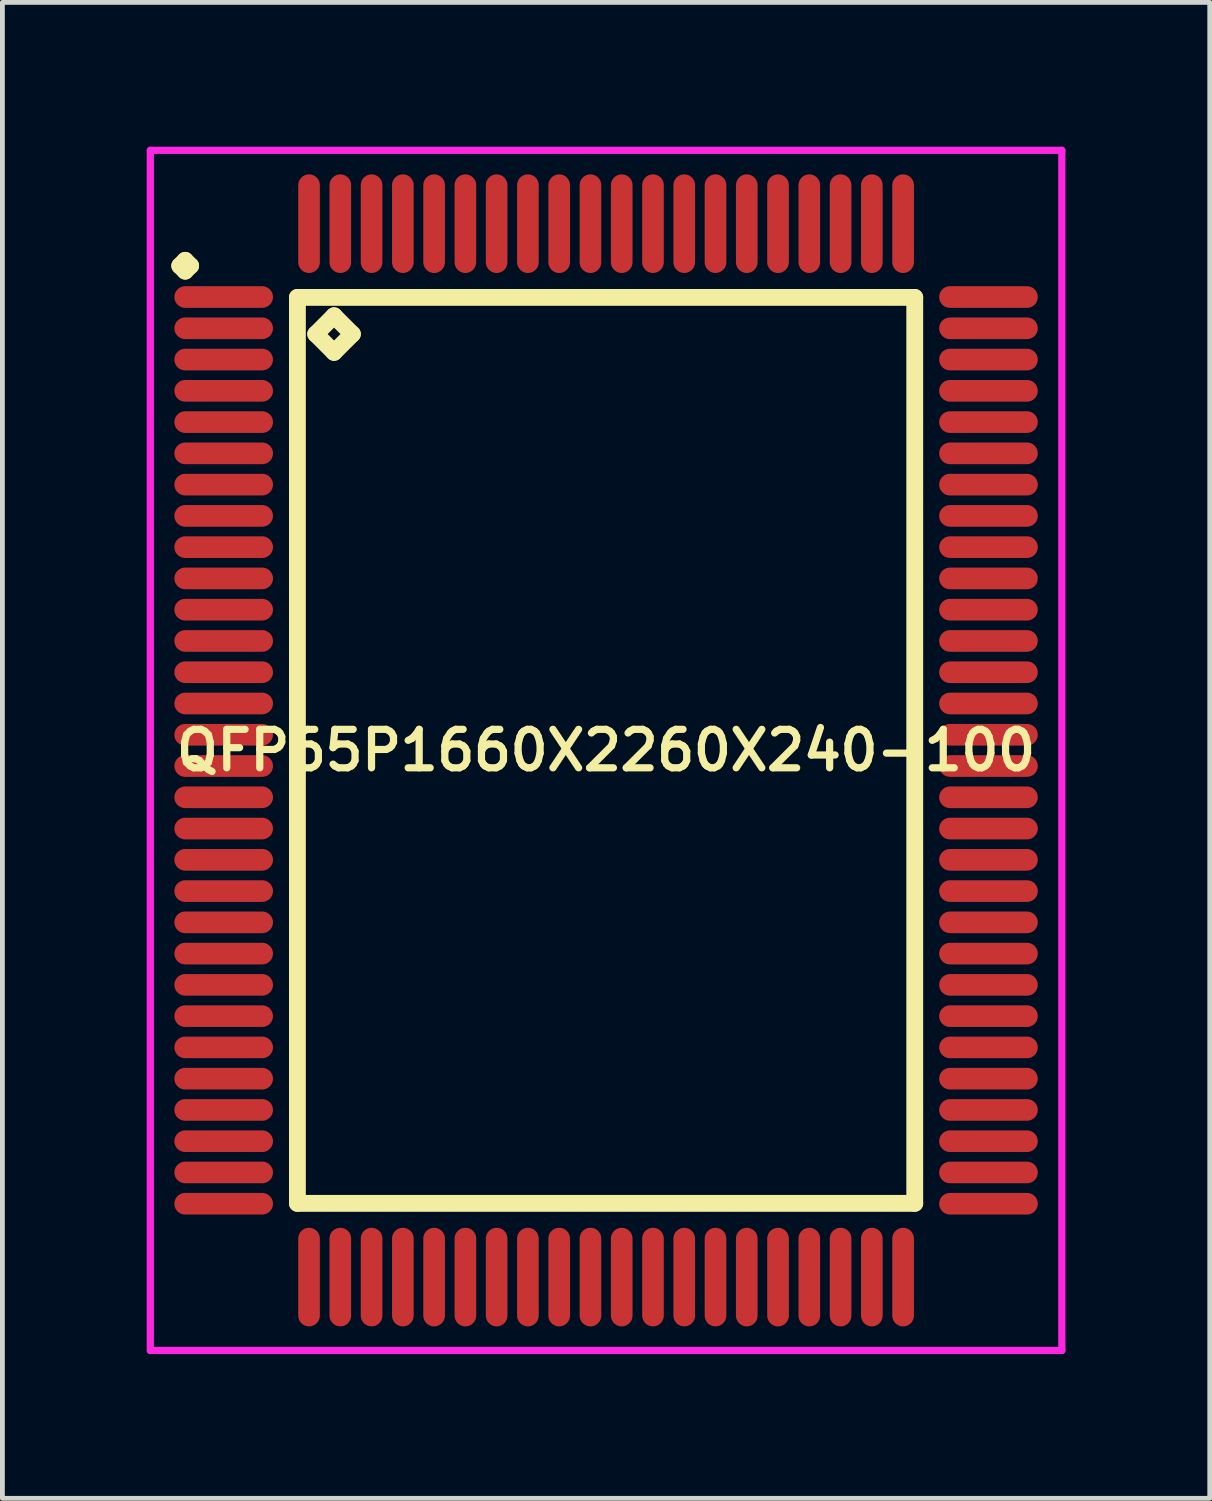
<source format=kicad_pcb>
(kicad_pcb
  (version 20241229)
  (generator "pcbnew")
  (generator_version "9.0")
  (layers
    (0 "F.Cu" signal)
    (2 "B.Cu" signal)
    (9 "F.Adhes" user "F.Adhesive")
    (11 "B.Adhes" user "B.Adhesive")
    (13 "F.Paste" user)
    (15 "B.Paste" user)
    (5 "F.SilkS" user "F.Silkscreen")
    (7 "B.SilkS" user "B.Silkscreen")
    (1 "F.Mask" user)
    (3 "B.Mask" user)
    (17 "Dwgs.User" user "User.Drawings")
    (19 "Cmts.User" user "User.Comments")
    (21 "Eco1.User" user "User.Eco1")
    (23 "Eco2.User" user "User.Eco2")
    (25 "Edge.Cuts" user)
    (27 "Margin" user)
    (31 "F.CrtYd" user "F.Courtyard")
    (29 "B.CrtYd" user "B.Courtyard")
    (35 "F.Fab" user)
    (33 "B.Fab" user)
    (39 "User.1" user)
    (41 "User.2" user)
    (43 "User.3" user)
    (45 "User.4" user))
  (footprint "QFP65P1660X2260X240-100"
    (layer "F.Cu")
    (at 9.55 12.55)
    (property "Reference" "QFP65P1660X2260X240-100" (at 0 0 0) (layer "F.SilkS") (effects (font (size 0.8 0.8) (thickness 0.15))))
    (attr through_hole)
    (fp_line (start -8.863 -10.075) (end -8.75 -10.188) (stroke (width 0.35) (type solid)) (layer "F.SilkS"))
    (fp_line (start -8.75 -10.188) (end -8.637 -10.075) (stroke (width 0.35) (type solid)) (layer "F.SilkS"))
    (fp_line (start -8.75 -9.963) (end -8.863 -10.075) (stroke (width 0.35) (type solid)) (layer "F.SilkS"))
    (fp_line (start -8.637 -10.075) (end -8.75 -9.963) (stroke (width 0.35) (type solid)) (layer "F.SilkS"))
    (fp_line (start -6.417 -9.417) (end -6.417 9.417) (stroke (width 0.35) (type solid)) (layer "F.SilkS"))
    (fp_line (start -6.417 9.417) (end 6.417 9.417) (stroke (width 0.35) (type solid)) (layer "F.SilkS"))
    (fp_line (start -6.036 -8.655) (end -5.655 -9.036) (stroke (width 0.35) (type solid)) (layer "F.SilkS"))
    (fp_line (start -5.655 -9.036) (end -5.274 -8.655) (stroke (width 0.35) (type solid)) (layer "F.SilkS"))
    (fp_line (start -5.655 -8.274) (end -6.036 -8.655) (stroke (width 0.35) (type solid)) (layer "F.SilkS"))
    (fp_line (start -5.274 -8.655) (end -5.655 -8.274) (stroke (width 0.35) (type solid)) (layer "F.SilkS"))
    (fp_line (start 6.417 -9.417) (end -6.417 -9.417) (stroke (width 0.35) (type solid)) (layer "F.SilkS"))
    (fp_line (start 6.417 9.417) (end 6.417 -9.417) (stroke (width 0.35) (type solid)) (layer "F.SilkS"))
    (fp_line (start -9.475 -12.475) (end 9.475 -12.475) (stroke (width 0.15) (type solid)) (layer "F.CrtYd"))
    (fp_line (start -9.475 12.475) (end -9.475 -12.475) (stroke (width 0.15) (type solid)) (layer "F.CrtYd"))
    (fp_line (start 9.475 -12.475) (end 9.475 12.475) (stroke (width 0.15) (type solid)) (layer "F.CrtYd"))
    (fp_line (start 9.475 12.475) (end -9.475 12.475) (stroke (width 0.15) (type solid)) (layer "F.CrtYd"))
    (pad "1" smd oval (at -7.95 -9.425) (size 2.05 0.45) (layers "F.Cu" "F.Mask" "F.Paste"))
    (pad "2" smd oval (at -7.95 -8.775) (size 2.05 0.45) (layers "F.Cu" "F.Mask" "F.Paste"))
    (pad "3" smd oval (at -7.95 -8.125) (size 2.05 0.45) (layers "F.Cu" "F.Mask" "F.Paste"))
    (pad "4" smd oval (at -7.95 -7.475) (size 2.05 0.45) (layers "F.Cu" "F.Mask" "F.Paste"))
    (pad "5" smd oval (at -7.95 -6.825) (size 2.05 0.45) (layers "F.Cu" "F.Mask" "F.Paste"))
    (pad "6" smd oval (at -7.95 -6.175) (size 2.05 0.45) (layers "F.Cu" "F.Mask" "F.Paste"))
    (pad "7" smd oval (at -7.95 -5.525) (size 2.05 0.45) (layers "F.Cu" "F.Mask" "F.Paste"))
    (pad "8" smd oval (at -7.95 -4.875) (size 2.05 0.45) (layers "F.Cu" "F.Mask" "F.Paste"))
    (pad "9" smd oval (at -7.95 -4.225) (size 2.05 0.45) (layers "F.Cu" "F.Mask" "F.Paste"))
    (pad "10" smd oval (at -7.95 -3.575) (size 2.05 0.45) (layers "F.Cu" "F.Mask" "F.Paste"))
    (pad "11" smd oval (at -7.95 -2.925) (size 2.05 0.45) (layers "F.Cu" "F.Mask" "F.Paste"))
    (pad "12" smd oval (at -7.95 -2.275) (size 2.05 0.45) (layers "F.Cu" "F.Mask" "F.Paste"))
    (pad "13" smd oval (at -7.95 -1.625) (size 2.05 0.45) (layers "F.Cu" "F.Mask" "F.Paste"))
    (pad "14" smd oval (at -7.95 -0.975) (size 2.05 0.45) (layers "F.Cu" "F.Mask" "F.Paste"))
    (pad "15" smd oval (at -7.95 -0.325) (size 2.05 0.45) (layers "F.Cu" "F.Mask" "F.Paste"))
    (pad "16" smd oval (at -7.95 0.325) (size 2.05 0.45) (layers "F.Cu" "F.Mask" "F.Paste"))
    (pad "17" smd oval (at -7.95 0.975) (size 2.05 0.45) (layers "F.Cu" "F.Mask" "F.Paste"))
    (pad "18" smd oval (at -7.95 1.625) (size 2.05 0.45) (layers "F.Cu" "F.Mask" "F.Paste"))
    (pad "19" smd oval (at -7.95 2.275) (size 2.05 0.45) (layers "F.Cu" "F.Mask" "F.Paste"))
    (pad "20" smd oval (at -7.95 2.925) (size 2.05 0.45) (layers "F.Cu" "F.Mask" "F.Paste"))
    (pad "21" smd oval (at -7.95 3.575) (size 2.05 0.45) (layers "F.Cu" "F.Mask" "F.Paste"))
    (pad "22" smd oval (at -7.95 4.225) (size 2.05 0.45) (layers "F.Cu" "F.Mask" "F.Paste"))
    (pad "23" smd oval (at -7.95 4.875) (size 2.05 0.45) (layers "F.Cu" "F.Mask" "F.Paste"))
    (pad "24" smd oval (at -7.95 5.525) (size 2.05 0.45) (layers "F.Cu" "F.Mask" "F.Paste"))
    (pad "25" smd oval (at -7.95 6.175) (size 2.05 0.45) (layers "F.Cu" "F.Mask" "F.Paste"))
    (pad "26" smd oval (at -7.95 6.825) (size 2.05 0.45) (layers "F.Cu" "F.Mask" "F.Paste"))
    (pad "27" smd oval (at -7.95 7.475) (size 2.05 0.45) (layers "F.Cu" "F.Mask" "F.Paste"))
    (pad "28" smd oval (at -7.95 8.125) (size 2.05 0.45) (layers "F.Cu" "F.Mask" "F.Paste"))
    (pad "29" smd oval (at -7.95 8.775) (size 2.05 0.45) (layers "F.Cu" "F.Mask" "F.Paste"))
    (pad "30" smd oval (at -7.95 9.425) (size 2.05 0.45) (layers "F.Cu" "F.Mask" "F.Paste"))
    (pad "31" smd oval (at -6.175 10.95) (size 0.45 2.05) (layers "F.Cu" "F.Mask" "F.Paste"))
    (pad "32" smd oval (at -5.525 10.95) (size 0.45 2.05) (layers "F.Cu" "F.Mask" "F.Paste"))
    (pad "33" smd oval (at -4.875 10.95) (size 0.45 2.05) (layers "F.Cu" "F.Mask" "F.Paste"))
    (pad "34" smd oval (at -4.225 10.95) (size 0.45 2.05) (layers "F.Cu" "F.Mask" "F.Paste"))
    (pad "35" smd oval (at -3.575 10.95) (size 0.45 2.05) (layers "F.Cu" "F.Mask" "F.Paste"))
    (pad "36" smd oval (at -2.925 10.95) (size 0.45 2.05) (layers "F.Cu" "F.Mask" "F.Paste"))
    (pad "37" smd oval (at -2.275 10.95) (size 0.45 2.05) (layers "F.Cu" "F.Mask" "F.Paste"))
    (pad "38" smd oval (at -1.625 10.95) (size 0.45 2.05) (layers "F.Cu" "F.Mask" "F.Paste"))
    (pad "39" smd oval (at -0.975 10.95) (size 0.45 2.05) (layers "F.Cu" "F.Mask" "F.Paste"))
    (pad "40" smd oval (at -0.325 10.95) (size 0.45 2.05) (layers "F.Cu" "F.Mask" "F.Paste"))
    (pad "41" smd oval (at 0.325 10.95) (size 0.45 2.05) (layers "F.Cu" "F.Mask" "F.Paste"))
    (pad "42" smd oval (at 0.975 10.95) (size 0.45 2.05) (layers "F.Cu" "F.Mask" "F.Paste"))
    (pad "43" smd oval (at 1.625 10.95) (size 0.45 2.05) (layers "F.Cu" "F.Mask" "F.Paste"))
    (pad "44" smd oval (at 2.275 10.95) (size 0.45 2.05) (layers "F.Cu" "F.Mask" "F.Paste"))
    (pad "45" smd oval (at 2.925 10.95) (size 0.45 2.05) (layers "F.Cu" "F.Mask" "F.Paste"))
    (pad "46" smd oval (at 3.575 10.95) (size 0.45 2.05) (layers "F.Cu" "F.Mask" "F.Paste"))
    (pad "47" smd oval (at 4.225 10.95) (size 0.45 2.05) (layers "F.Cu" "F.Mask" "F.Paste"))
    (pad "48" smd oval (at 4.875 10.95) (size 0.45 2.05) (layers "F.Cu" "F.Mask" "F.Paste"))
    (pad "49" smd oval (at 5.525 10.95) (size 0.45 2.05) (layers "F.Cu" "F.Mask" "F.Paste"))
    (pad "50" smd oval (at 6.175 10.95) (size 0.45 2.05) (layers "F.Cu" "F.Mask" "F.Paste"))
    (pad "51" smd oval (at 7.95 9.425) (size 2.05 0.45) (layers "F.Cu" "F.Mask" "F.Paste"))
    (pad "52" smd oval (at 7.95 8.775) (size 2.05 0.45) (layers "F.Cu" "F.Mask" "F.Paste"))
    (pad "53" smd oval (at 7.95 8.125) (size 2.05 0.45) (layers "F.Cu" "F.Mask" "F.Paste"))
    (pad "54" smd oval (at 7.95 7.475) (size 2.05 0.45) (layers "F.Cu" "F.Mask" "F.Paste"))
    (pad "55" smd oval (at 7.95 6.825) (size 2.05 0.45) (layers "F.Cu" "F.Mask" "F.Paste"))
    (pad "56" smd oval (at 7.95 6.175) (size 2.05 0.45) (layers "F.Cu" "F.Mask" "F.Paste"))
    (pad "57" smd oval (at 7.95 5.525) (size 2.05 0.45) (layers "F.Cu" "F.Mask" "F.Paste"))
    (pad "58" smd oval (at 7.95 4.875) (size 2.05 0.45) (layers "F.Cu" "F.Mask" "F.Paste"))
    (pad "59" smd oval (at 7.95 4.225) (size 2.05 0.45) (layers "F.Cu" "F.Mask" "F.Paste"))
    (pad "60" smd oval (at 7.95 3.575) (size 2.05 0.45) (layers "F.Cu" "F.Mask" "F.Paste"))
    (pad "61" smd oval (at 7.95 2.925) (size 2.05 0.45) (layers "F.Cu" "F.Mask" "F.Paste"))
    (pad "62" smd oval (at 7.95 2.275) (size 2.05 0.45) (layers "F.Cu" "F.Mask" "F.Paste"))
    (pad "63" smd oval (at 7.95 1.625) (size 2.05 0.45) (layers "F.Cu" "F.Mask" "F.Paste"))
    (pad "64" smd oval (at 7.95 0.975) (size 2.05 0.45) (layers "F.Cu" "F.Mask" "F.Paste"))
    (pad "65" smd oval (at 7.95 0.325) (size 2.05 0.45) (layers "F.Cu" "F.Mask" "F.Paste"))
    (pad "66" smd oval (at 7.95 -0.325) (size 2.05 0.45) (layers "F.Cu" "F.Mask" "F.Paste"))
    (pad "67" smd oval (at 7.95 -0.975) (size 2.05 0.45) (layers "F.Cu" "F.Mask" "F.Paste"))
    (pad "68" smd oval (at 7.95 -1.625) (size 2.05 0.45) (layers "F.Cu" "F.Mask" "F.Paste"))
    (pad "69" smd oval (at 7.95 -2.275) (size 2.05 0.45) (layers "F.Cu" "F.Mask" "F.Paste"))
    (pad "70" smd oval (at 7.95 -2.925) (size 2.05 0.45) (layers "F.Cu" "F.Mask" "F.Paste"))
    (pad "71" smd oval (at 7.95 -3.575) (size 2.05 0.45) (layers "F.Cu" "F.Mask" "F.Paste"))
    (pad "72" smd oval (at 7.95 -4.225) (size 2.05 0.45) (layers "F.Cu" "F.Mask" "F.Paste"))
    (pad "73" smd oval (at 7.95 -4.875) (size 2.05 0.45) (layers "F.Cu" "F.Mask" "F.Paste"))
    (pad "74" smd oval (at 7.95 -5.525) (size 2.05 0.45) (layers "F.Cu" "F.Mask" "F.Paste"))
    (pad "75" smd oval (at 7.95 -6.175) (size 2.05 0.45) (layers "F.Cu" "F.Mask" "F.Paste"))
    (pad "76" smd oval (at 7.95 -6.825) (size 2.05 0.45) (layers "F.Cu" "F.Mask" "F.Paste"))
    (pad "77" smd oval (at 7.95 -7.475) (size 2.05 0.45) (layers "F.Cu" "F.Mask" "F.Paste"))
    (pad "78" smd oval (at 7.95 -8.125) (size 2.05 0.45) (layers "F.Cu" "F.Mask" "F.Paste"))
    (pad "79" smd oval (at 7.95 -8.775) (size 2.05 0.45) (layers "F.Cu" "F.Mask" "F.Paste"))
    (pad "80" smd oval (at 7.95 -9.425) (size 2.05 0.45) (layers "F.Cu" "F.Mask" "F.Paste"))
    (pad "81" smd oval (at 6.175 -10.95) (size 0.45 2.05) (layers "F.Cu" "F.Mask" "F.Paste"))
    (pad "82" smd oval (at 5.525 -10.95) (size 0.45 2.05) (layers "F.Cu" "F.Mask" "F.Paste"))
    (pad "83" smd oval (at 4.875 -10.95) (size 0.45 2.05) (layers "F.Cu" "F.Mask" "F.Paste"))
    (pad "84" smd oval (at 4.225 -10.95) (size 0.45 2.05) (layers "F.Cu" "F.Mask" "F.Paste"))
    (pad "85" smd oval (at 3.575 -10.95) (size 0.45 2.05) (layers "F.Cu" "F.Mask" "F.Paste"))
    (pad "86" smd oval (at 2.925 -10.95) (size 0.45 2.05) (layers "F.Cu" "F.Mask" "F.Paste"))
    (pad "87" smd oval (at 2.275 -10.95) (size 0.45 2.05) (layers "F.Cu" "F.Mask" "F.Paste"))
    (pad "88" smd oval (at 1.625 -10.95) (size 0.45 2.05) (layers "F.Cu" "F.Mask" "F.Paste"))
    (pad "89" smd oval (at 0.975 -10.95) (size 0.45 2.05) (layers "F.Cu" "F.Mask" "F.Paste"))
    (pad "90" smd oval (at 0.325 -10.95) (size 0.45 2.05) (layers "F.Cu" "F.Mask" "F.Paste"))
    (pad "91" smd oval (at -0.325 -10.95) (size 0.45 2.05) (layers "F.Cu" "F.Mask" "F.Paste"))
    (pad "92" smd oval (at -0.975 -10.95) (size 0.45 2.05) (layers "F.Cu" "F.Mask" "F.Paste"))
    (pad "93" smd oval (at -1.625 -10.95) (size 0.45 2.05) (layers "F.Cu" "F.Mask" "F.Paste"))
    (pad "94" smd oval (at -2.275 -10.95) (size 0.45 2.05) (layers "F.Cu" "F.Mask" "F.Paste"))
    (pad "95" smd oval (at -2.925 -10.95) (size 0.45 2.05) (layers "F.Cu" "F.Mask" "F.Paste"))
    (pad "96" smd oval (at -3.575 -10.95) (size 0.45 2.05) (layers "F.Cu" "F.Mask" "F.Paste"))
    (pad "97" smd oval (at -4.225 -10.95) (size 0.45 2.05) (layers "F.Cu" "F.Mask" "F.Paste"))
    (pad "98" smd oval (at -4.875 -10.95) (size 0.45 2.05) (layers "F.Cu" "F.Mask" "F.Paste"))
    (pad "99" smd oval (at -5.525 -10.95) (size 0.45 2.05) (layers "F.Cu" "F.Mask" "F.Paste"))
    (pad "100" smd oval (at -6.175 -10.95) (size 0.45 2.05) (layers "F.Cu" "F.Mask" "F.Paste")))
  (gr_rect
    (start -3 -3)
    (end 22.1 28.1)
    (stroke (width 0.1) (type default))
    (fill no)
    (layer "Edge.Cuts")))
</source>
